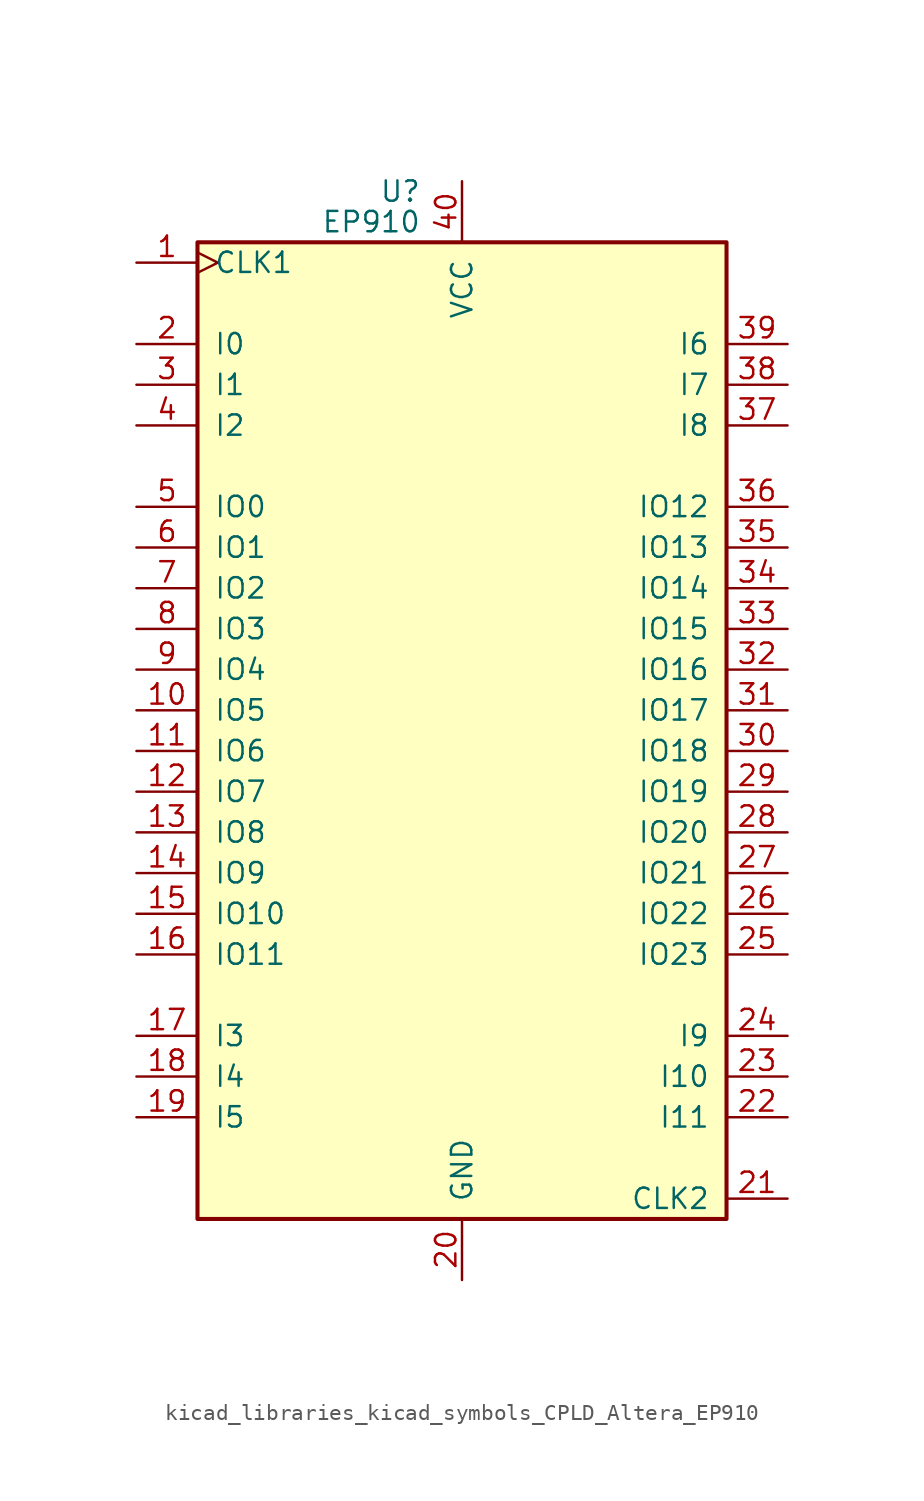
<source format=kicad_sym>
(kicad_symbol_lib
  (version 20220914)
  (generator kicad_symbol_editor)
  (symbol "kicad_libraries_kicad_symbols_CPLD_Altera_EP910"
    (pin_names
      (offset 1.016))
    (property "Reference" "U"
      (at -2.54 32.385 0)
      (effects (font (size 1.27 1.27)) (justify right)))
    (property "Value" "EP910"
      (at -2.54 30.48 0)
      (effects (font (size 1.27 1.27)) (justify right)))
    (symbol "kicad_libraries_kicad_symbols_CPLD_Altera_EP910_0_1"
      (rectangle (start -16.51 -31.75) (end 16.51 29.21) (stroke (width 0.254) (type default)) (fill (type background))))
    (symbol "kicad_libraries_kicad_symbols_CPLD_Altera_EP910_1_1"
      (pin input clock (at -20.32 27.94 0) (length 3.81) (name "CLK1" (effects (font (size 1.27 1.27)))) (number "1" (effects (font (size 1.27 1.27)))))
      (pin input line (at -20.32 0 0) (length 3.81) (name "IO5" (effects (font (size 1.27 1.27)))) (number "10" (effects (font (size 1.27 1.27)))))
      (pin input line (at -20.32 -2.54 0) (length 3.81) (name "IO6" (effects (font (size 1.27 1.27)))) (number "11" (effects (font (size 1.27 1.27)))))
      (pin input line (at -20.32 -5.08 0) (length 3.81) (name "IO7" (effects (font (size 1.27 1.27)))) (number "12" (effects (font (size 1.27 1.27)))))
      (pin input line (at -20.32 -7.62 0) (length 3.81) (name "IO8" (effects (font (size 1.27 1.27)))) (number "13" (effects (font (size 1.27 1.27)))))
      (pin input line (at -20.32 -10.16 0) (length 3.81) (name "IO9" (effects (font (size 1.27 1.27)))) (number "14" (effects (font (size 1.27 1.27)))))
      (pin input line (at -20.32 -12.7 0) (length 3.81) (name "IO10" (effects (font (size 1.27 1.27)))) (number "15" (effects (font (size 1.27 1.27)))))
      (pin input line (at -20.32 -15.24 0) (length 3.81) (name "IO11" (effects (font (size 1.27 1.27)))) (number "16" (effects (font (size 1.27 1.27)))))
      (pin input line (at -20.32 -20.32 0) (length 3.81) (name "I3" (effects (font (size 1.27 1.27)))) (number "17" (effects (font (size 1.27 1.27)))))
      (pin input line (at -20.32 -22.86 0) (length 3.81) (name "I4" (effects (font (size 1.27 1.27)))) (number "18" (effects (font (size 1.27 1.27)))))
      (pin input line (at -20.32 -25.4 0) (length 3.81) (name "I5" (effects (font (size 1.27 1.27)))) (number "19" (effects (font (size 1.27 1.27)))))
      (pin input line (at -20.32 22.86 0) (length 3.81) (name "I0" (effects (font (size 1.27 1.27)))) (number "2" (effects (font (size 1.27 1.27)))))
      (pin power_in line (at 0 -35.56 90) (length 3.81) (name "GND" (effects (font (size 1.27 1.27)))) (number "20" (effects (font (size 1.27 1.27)))))
      (pin input line (at 20.32 -30.48 180) (length 3.81) (name "CLK2" (effects (font (size 1.27 1.27)))) (number "21" (effects (font (size 1.27 1.27)))))
      (pin input line (at 20.32 -25.4 180) (length 3.81) (name "I11" (effects (font (size 1.27 1.27)))) (number "22" (effects (font (size 1.27 1.27)))))
      (pin input line (at 20.32 -22.86 180) (length 3.81) (name "I10" (effects (font (size 1.27 1.27)))) (number "23" (effects (font (size 1.27 1.27)))))
      (pin input line (at 20.32 -20.32 180) (length 3.81) (name "I9" (effects (font (size 1.27 1.27)))) (number "24" (effects (font (size 1.27 1.27)))))
      (pin input line (at 20.32 -15.24 180) (length 3.81) (name "IO23" (effects (font (size 1.27 1.27)))) (number "25" (effects (font (size 1.27 1.27)))))
      (pin input line (at 20.32 -12.7 180) (length 3.81) (name "IO22" (effects (font (size 1.27 1.27)))) (number "26" (effects (font (size 1.27 1.27)))))
      (pin input line (at 20.32 -10.16 180) (length 3.81) (name "IO21" (effects (font (size 1.27 1.27)))) (number "27" (effects (font (size 1.27 1.27)))))
      (pin input line (at 20.32 -7.62 180) (length 3.81) (name "IO20" (effects (font (size 1.27 1.27)))) (number "28" (effects (font (size 1.27 1.27)))))
      (pin input line (at 20.32 -5.08 180) (length 3.81) (name "IO19" (effects (font (size 1.27 1.27)))) (number "29" (effects (font (size 1.27 1.27)))))
      (pin input line (at -20.32 20.32 0) (length 3.81) (name "I1" (effects (font (size 1.27 1.27)))) (number "3" (effects (font (size 1.27 1.27)))))
      (pin input line (at 20.32 -2.54 180) (length 3.81) (name "IO18" (effects (font (size 1.27 1.27)))) (number "30" (effects (font (size 1.27 1.27)))))
      (pin input line (at 20.32 0 180) (length 3.81) (name "IO17" (effects (font (size 1.27 1.27)))) (number "31" (effects (font (size 1.27 1.27)))))
      (pin input line (at 20.32 2.54 180) (length 3.81) (name "IO16" (effects (font (size 1.27 1.27)))) (number "32" (effects (font (size 1.27 1.27)))))
      (pin input line (at 20.32 5.08 180) (length 3.81) (name "IO15" (effects (font (size 1.27 1.27)))) (number "33" (effects (font (size 1.27 1.27)))))
      (pin input line (at 20.32 7.62 180) (length 3.81) (name "IO14" (effects (font (size 1.27 1.27)))) (number "34" (effects (font (size 1.27 1.27)))))
      (pin input line (at 20.32 10.16 180) (length 3.81) (name "IO13" (effects (font (size 1.27 1.27)))) (number "35" (effects (font (size 1.27 1.27)))))
      (pin input line (at 20.32 12.7 180) (length 3.81) (name "IO12" (effects (font (size 1.27 1.27)))) (number "36" (effects (font (size 1.27 1.27)))))
      (pin input line (at 20.32 17.78 180) (length 3.81) (name "I8" (effects (font (size 1.27 1.27)))) (number "37" (effects (font (size 1.27 1.27)))))
      (pin input line (at 20.32 20.32 180) (length 3.81) (name "I7" (effects (font (size 1.27 1.27)))) (number "38" (effects (font (size 1.27 1.27)))))
      (pin input line (at 20.32 22.86 180) (length 3.81) (name "I6" (effects (font (size 1.27 1.27)))) (number "39" (effects (font (size 1.27 1.27)))))
      (pin input line (at -20.32 17.78 0) (length 3.81) (name "I2" (effects (font (size 1.27 1.27)))) (number "4" (effects (font (size 1.27 1.27)))))
      (pin power_in line (at 0 33.02 270) (length 3.81) (name "VCC" (effects (font (size 1.27 1.27)))) (number "40" (effects (font (size 1.27 1.27)))))
      (pin input line (at -20.32 12.7 0) (length 3.81) (name "IO0" (effects (font (size 1.27 1.27)))) (number "5" (effects (font (size 1.27 1.27)))))
      (pin input line (at -20.32 10.16 0) (length 3.81) (name "IO1" (effects (font (size 1.27 1.27)))) (number "6" (effects (font (size 1.27 1.27)))))
      (pin input line (at -20.32 7.62 0) (length 3.81) (name "IO2" (effects (font (size 1.27 1.27)))) (number "7" (effects (font (size 1.27 1.27)))))
      (pin input line (at -20.32 5.08 0) (length 3.81) (name "IO3" (effects (font (size 1.27 1.27)))) (number "8" (effects (font (size 1.27 1.27)))))
      (pin input line (at -20.32 2.54 0) (length 3.81) (name "IO4" (effects (font (size 1.27 1.27)))) (number "9" (effects (font (size 1.27 1.27))))))))
</source>
